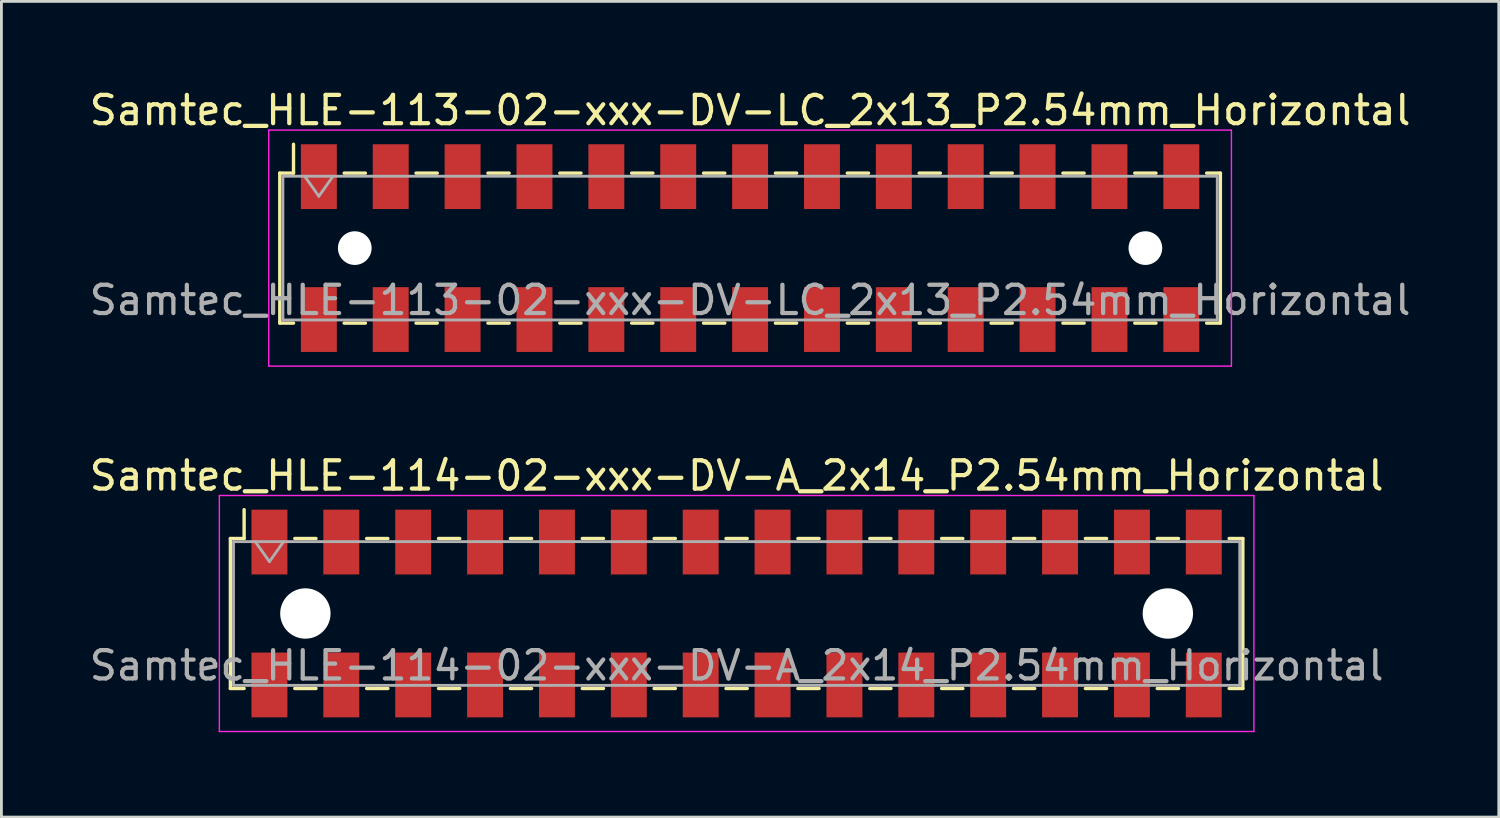
<source format=kicad_pcb>
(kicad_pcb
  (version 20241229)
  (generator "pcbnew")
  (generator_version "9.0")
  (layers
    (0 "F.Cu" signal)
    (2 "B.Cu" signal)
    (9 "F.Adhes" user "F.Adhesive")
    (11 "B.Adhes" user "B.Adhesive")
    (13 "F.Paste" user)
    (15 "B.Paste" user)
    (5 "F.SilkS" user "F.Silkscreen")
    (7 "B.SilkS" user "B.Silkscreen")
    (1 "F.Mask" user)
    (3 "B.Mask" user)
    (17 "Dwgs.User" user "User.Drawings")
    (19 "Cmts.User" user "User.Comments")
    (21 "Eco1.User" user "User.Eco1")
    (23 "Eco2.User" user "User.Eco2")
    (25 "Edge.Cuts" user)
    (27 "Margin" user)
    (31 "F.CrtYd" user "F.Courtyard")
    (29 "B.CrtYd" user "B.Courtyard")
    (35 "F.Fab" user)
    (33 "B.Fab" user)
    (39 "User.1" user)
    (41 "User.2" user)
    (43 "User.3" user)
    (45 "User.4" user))
  (footprint "Samtec_HLE-114-02-xxx-DV-A_2x14_P2.54mm_Horizontal"
    (layer "F.Cu")
    (at 22.982 18.631)
    (property "Reference" "Samtec_HLE-114-02-xxx-DV-A_2x14_P2.54mm_Horizontal" (at 0 -4.87 0) (layer "F.SilkS") (effects (font (size 1 1) (thickness 0.15))))
    (attr smd)
    (fp_line (start -17.89 -2.65) (end -17.89 2.65) (stroke (width 0.12) (type solid)) (layer "F.SilkS"))
    (fp_line (start -17.89 2.65) (end -17.405 2.65) (stroke (width 0.12) (type solid)) (layer "F.SilkS"))
    (fp_line (start -17.405 -3.67) (end -17.405 -2.65) (stroke (width 0.12) (type solid)) (layer "F.SilkS"))
    (fp_line (start -17.405 -2.65) (end -17.89 -2.65) (stroke (width 0.12) (type solid)) (layer "F.SilkS"))
    (fp_line (start -15.615 -2.65) (end -14.865 -2.65) (stroke (width 0.12) (type solid)) (layer "F.SilkS"))
    (fp_line (start -15.615 2.65) (end -14.865 2.65) (stroke (width 0.12) (type solid)) (layer "F.SilkS"))
    (fp_line (start -13.075 -2.65) (end -12.325 -2.65) (stroke (width 0.12) (type solid)) (layer "F.SilkS"))
    (fp_line (start -13.075 2.65) (end -12.325 2.65) (stroke (width 0.12) (type solid)) (layer "F.SilkS"))
    (fp_line (start -10.535 -2.65) (end -9.785 -2.65) (stroke (width 0.12) (type solid)) (layer "F.SilkS"))
    (fp_line (start -10.535 2.65) (end -9.785 2.65) (stroke (width 0.12) (type solid)) (layer "F.SilkS"))
    (fp_line (start -7.995 -2.65) (end -7.245 -2.65) (stroke (width 0.12) (type solid)) (layer "F.SilkS"))
    (fp_line (start -7.995 2.65) (end -7.245 2.65) (stroke (width 0.12) (type solid)) (layer "F.SilkS"))
    (fp_line (start -5.455 -2.65) (end -4.705 -2.65) (stroke (width 0.12) (type solid)) (layer "F.SilkS"))
    (fp_line (start -5.455 2.65) (end -4.705 2.65) (stroke (width 0.12) (type solid)) (layer "F.SilkS"))
    (fp_line (start -2.915 -2.65) (end -2.165 -2.65) (stroke (width 0.12) (type solid)) (layer "F.SilkS"))
    (fp_line (start -2.915 2.65) (end -2.165 2.65) (stroke (width 0.12) (type solid)) (layer "F.SilkS"))
    (fp_line (start -0.375 -2.65) (end 0.375 -2.65) (stroke (width 0.12) (type solid)) (layer "F.SilkS"))
    (fp_line (start -0.375 2.65) (end 0.375 2.65) (stroke (width 0.12) (type solid)) (layer "F.SilkS"))
    (fp_line (start 2.165 -2.65) (end 2.915 -2.65) (stroke (width 0.12) (type solid)) (layer "F.SilkS"))
    (fp_line (start 2.165 2.65) (end 2.915 2.65) (stroke (width 0.12) (type solid)) (layer "F.SilkS"))
    (fp_line (start 4.705 -2.65) (end 5.455 -2.65) (stroke (width 0.12) (type solid)) (layer "F.SilkS"))
    (fp_line (start 4.705 2.65) (end 5.455 2.65) (stroke (width 0.12) (type solid)) (layer "F.SilkS"))
    (fp_line (start 7.245 -2.65) (end 7.995 -2.65) (stroke (width 0.12) (type solid)) (layer "F.SilkS"))
    (fp_line (start 7.245 2.65) (end 7.995 2.65) (stroke (width 0.12) (type solid)) (layer "F.SilkS"))
    (fp_line (start 9.785 -2.65) (end 10.535 -2.65) (stroke (width 0.12) (type solid)) (layer "F.SilkS"))
    (fp_line (start 9.785 2.65) (end 10.535 2.65) (stroke (width 0.12) (type solid)) (layer "F.SilkS"))
    (fp_line (start 12.325 -2.65) (end 13.075 -2.65) (stroke (width 0.12) (type solid)) (layer "F.SilkS"))
    (fp_line (start 12.325 2.65) (end 13.075 2.65) (stroke (width 0.12) (type solid)) (layer "F.SilkS"))
    (fp_line (start 14.865 -2.65) (end 15.615 -2.65) (stroke (width 0.12) (type solid)) (layer "F.SilkS"))
    (fp_line (start 14.865 2.65) (end 15.615 2.65) (stroke (width 0.12) (type solid)) (layer "F.SilkS"))
    (fp_line (start 17.405 -2.65) (end 17.89 -2.65) (stroke (width 0.12) (type solid)) (layer "F.SilkS"))
    (fp_line (start 17.89 -2.65) (end 17.89 2.65) (stroke (width 0.12) (type solid)) (layer "F.SilkS"))
    (fp_line (start 17.89 2.65) (end 17.405 2.65) (stroke (width 0.12) (type solid)) (layer "F.SilkS"))
    (fp_line (start -18.28 -4.17) (end 18.28 -4.17) (stroke (width 0.05) (type solid)) (layer "F.CrtYd"))
    (fp_line (start -18.28 4.17) (end -18.28 -4.17) (stroke (width 0.05) (type solid)) (layer "F.CrtYd"))
    (fp_line (start 18.28 -4.17) (end 18.28 4.17) (stroke (width 0.05) (type solid)) (layer "F.CrtYd"))
    (fp_line (start 18.28 4.17) (end -18.28 4.17) (stroke (width 0.05) (type solid)) (layer "F.CrtYd"))
    (fp_line (start -17.78 -2.54) (end 17.78 -2.54) (stroke (width 0.1) (type solid)) (layer "F.Fab"))
    (fp_line (start -17.78 2.54) (end -17.78 -2.54) (stroke (width 0.1) (type solid)) (layer "F.Fab"))
    (fp_line (start -17.01 -2.54) (end -16.51 -1.833) (stroke (width 0.1) (type solid)) (layer "F.Fab"))
    (fp_line (start -16.51 -1.833) (end -16.01 -2.54) (stroke (width 0.1) (type solid)) (layer "F.Fab"))
    (fp_line (start 17.78 -2.54) (end 17.78 2.54) (stroke (width 0.1) (type solid)) (layer "F.Fab"))
    (fp_line (start 17.78 2.54) (end -17.78 2.54) (stroke (width 0.1) (type solid)) (layer "F.Fab"))
    (fp_text user "${REFERENCE}" (at 0 1.84 0) (layer "F.Fab") (effects (font (size 1 1) (thickness 0.15))))
    (pad "" np_thru_hole circle (at -15.24 0) (size 1.78 1.78) (drill 1.78) (layers "*.Cu" "*.Mask"))
    (pad "" np_thru_hole circle (at 15.24 0) (size 1.78 1.78) (drill 1.78) (layers "*.Cu" "*.Mask"))
    (pad "1" smd rect (at -16.51 -2.525) (size 1.27 2.29) (layers "F.Cu" "F.Mask" "F.Paste"))
    (pad "2" smd rect (at -16.51 2.525) (size 1.27 2.29) (layers "F.Cu" "F.Mask" "F.Paste"))
    (pad "3" smd rect (at -13.97 -2.525) (size 1.27 2.29) (layers "F.Cu" "F.Mask" "F.Paste"))
    (pad "4" smd rect (at -13.97 2.525) (size 1.27 2.29) (layers "F.Cu" "F.Mask" "F.Paste"))
    (pad "5" smd rect (at -11.43 -2.525) (size 1.27 2.29) (layers "F.Cu" "F.Mask" "F.Paste"))
    (pad "6" smd rect (at -11.43 2.525) (size 1.27 2.29) (layers "F.Cu" "F.Mask" "F.Paste"))
    (pad "7" smd rect (at -8.89 -2.525) (size 1.27 2.29) (layers "F.Cu" "F.Mask" "F.Paste"))
    (pad "8" smd rect (at -8.89 2.525) (size 1.27 2.29) (layers "F.Cu" "F.Mask" "F.Paste"))
    (pad "9" smd rect (at -6.35 -2.525) (size 1.27 2.29) (layers "F.Cu" "F.Mask" "F.Paste"))
    (pad "10" smd rect (at -6.35 2.525) (size 1.27 2.29) (layers "F.Cu" "F.Mask" "F.Paste"))
    (pad "11" smd rect (at -3.81 -2.525) (size 1.27 2.29) (layers "F.Cu" "F.Mask" "F.Paste"))
    (pad "12" smd rect (at -3.81 2.525) (size 1.27 2.29) (layers "F.Cu" "F.Mask" "F.Paste"))
    (pad "13" smd rect (at -1.27 -2.525) (size 1.27 2.29) (layers "F.Cu" "F.Mask" "F.Paste"))
    (pad "14" smd rect (at -1.27 2.525) (size 1.27 2.29) (layers "F.Cu" "F.Mask" "F.Paste"))
    (pad "15" smd rect (at 1.27 -2.525) (size 1.27 2.29) (layers "F.Cu" "F.Mask" "F.Paste"))
    (pad "16" smd rect (at 1.27 2.525) (size 1.27 2.29) (layers "F.Cu" "F.Mask" "F.Paste"))
    (pad "17" smd rect (at 3.81 -2.525) (size 1.27 2.29) (layers "F.Cu" "F.Mask" "F.Paste"))
    (pad "18" smd rect (at 3.81 2.525) (size 1.27 2.29) (layers "F.Cu" "F.Mask" "F.Paste"))
    (pad "19" smd rect (at 6.35 -2.525) (size 1.27 2.29) (layers "F.Cu" "F.Mask" "F.Paste"))
    (pad "20" smd rect (at 6.35 2.525) (size 1.27 2.29) (layers "F.Cu" "F.Mask" "F.Paste"))
    (pad "21" smd rect (at 8.89 -2.525) (size 1.27 2.29) (layers "F.Cu" "F.Mask" "F.Paste"))
    (pad "22" smd rect (at 8.89 2.525) (size 1.27 2.29) (layers "F.Cu" "F.Mask" "F.Paste"))
    (pad "23" smd rect (at 11.43 -2.525) (size 1.27 2.29) (layers "F.Cu" "F.Mask" "F.Paste"))
    (pad "24" smd rect (at 11.43 2.525) (size 1.27 2.29) (layers "F.Cu" "F.Mask" "F.Paste"))
    (pad "25" smd rect (at 13.97 -2.525) (size 1.27 2.29) (layers "F.Cu" "F.Mask" "F.Paste"))
    (pad "26" smd rect (at 13.97 2.525) (size 1.27 2.29) (layers "F.Cu" "F.Mask" "F.Paste"))
    (pad "27" smd rect (at 16.51 -2.525) (size 1.27 2.29) (layers "F.Cu" "F.Mask" "F.Paste"))
    (pad "28" smd rect (at 16.51 2.525) (size 1.27 2.29) (layers "F.Cu" "F.Mask" "F.Paste")))
  (footprint "Samtec_HLE-113-02-xxx-DV-LC_2x13_P2.54mm_Horizontal"
    (layer "F.Cu")
    (at 23.458 5.718)
    (property "Reference" "Samtec_HLE-113-02-xxx-DV-LC_2x13_P2.54mm_Horizontal" (at 0 -4.87 0) (layer "F.SilkS") (effects (font (size 1 1) (thickness 0.15))))
    (attr smd)
    (fp_line (start -16.62 -2.65) (end -16.62 2.65) (stroke (width 0.12) (type solid)) (layer "F.SilkS"))
    (fp_line (start -16.62 2.65) (end -16.135 2.65) (stroke (width 0.12) (type solid)) (layer "F.SilkS"))
    (fp_line (start -16.135 -3.67) (end -16.135 -2.65) (stroke (width 0.12) (type solid)) (layer "F.SilkS"))
    (fp_line (start -16.135 -2.65) (end -16.62 -2.65) (stroke (width 0.12) (type solid)) (layer "F.SilkS"))
    (fp_line (start -14.345 -2.65) (end -13.595 -2.65) (stroke (width 0.12) (type solid)) (layer "F.SilkS"))
    (fp_line (start -14.345 2.65) (end -13.595 2.65) (stroke (width 0.12) (type solid)) (layer "F.SilkS"))
    (fp_line (start -11.805 -2.65) (end -11.055 -2.65) (stroke (width 0.12) (type solid)) (layer "F.SilkS"))
    (fp_line (start -11.805 2.65) (end -11.055 2.65) (stroke (width 0.12) (type solid)) (layer "F.SilkS"))
    (fp_line (start -9.265 -2.65) (end -8.515 -2.65) (stroke (width 0.12) (type solid)) (layer "F.SilkS"))
    (fp_line (start -9.265 2.65) (end -8.515 2.65) (stroke (width 0.12) (type solid)) (layer "F.SilkS"))
    (fp_line (start -6.725 -2.65) (end -5.975 -2.65) (stroke (width 0.12) (type solid)) (layer "F.SilkS"))
    (fp_line (start -6.725 2.65) (end -5.975 2.65) (stroke (width 0.12) (type solid)) (layer "F.SilkS"))
    (fp_line (start -4.185 -2.65) (end -3.435 -2.65) (stroke (width 0.12) (type solid)) (layer "F.SilkS"))
    (fp_line (start -4.185 2.65) (end -3.435 2.65) (stroke (width 0.12) (type solid)) (layer "F.SilkS"))
    (fp_line (start -1.645 -2.65) (end -0.895 -2.65) (stroke (width 0.12) (type solid)) (layer "F.SilkS"))
    (fp_line (start -1.645 2.65) (end -0.895 2.65) (stroke (width 0.12) (type solid)) (layer "F.SilkS"))
    (fp_line (start 0.895 -2.65) (end 1.645 -2.65) (stroke (width 0.12) (type solid)) (layer "F.SilkS"))
    (fp_line (start 0.895 2.65) (end 1.645 2.65) (stroke (width 0.12) (type solid)) (layer "F.SilkS"))
    (fp_line (start 3.435 -2.65) (end 4.185 -2.65) (stroke (width 0.12) (type solid)) (layer "F.SilkS"))
    (fp_line (start 3.435 2.65) (end 4.185 2.65) (stroke (width 0.12) (type solid)) (layer "F.SilkS"))
    (fp_line (start 5.975 -2.65) (end 6.725 -2.65) (stroke (width 0.12) (type solid)) (layer "F.SilkS"))
    (fp_line (start 5.975 2.65) (end 6.725 2.65) (stroke (width 0.12) (type solid)) (layer "F.SilkS"))
    (fp_line (start 8.515 -2.65) (end 9.265 -2.65) (stroke (width 0.12) (type solid)) (layer "F.SilkS"))
    (fp_line (start 8.515 2.65) (end 9.265 2.65) (stroke (width 0.12) (type solid)) (layer "F.SilkS"))
    (fp_line (start 11.055 -2.65) (end 11.805 -2.65) (stroke (width 0.12) (type solid)) (layer "F.SilkS"))
    (fp_line (start 11.055 2.65) (end 11.805 2.65) (stroke (width 0.12) (type solid)) (layer "F.SilkS"))
    (fp_line (start 13.595 -2.65) (end 14.345 -2.65) (stroke (width 0.12) (type solid)) (layer "F.SilkS"))
    (fp_line (start 13.595 2.65) (end 14.345 2.65) (stroke (width 0.12) (type solid)) (layer "F.SilkS"))
    (fp_line (start 16.135 -2.65) (end 16.62 -2.65) (stroke (width 0.12) (type solid)) (layer "F.SilkS"))
    (fp_line (start 16.62 -2.65) (end 16.62 2.65) (stroke (width 0.12) (type solid)) (layer "F.SilkS"))
    (fp_line (start 16.62 2.65) (end 16.135 2.65) (stroke (width 0.12) (type solid)) (layer "F.SilkS"))
    (fp_line (start -17.01 -4.17) (end 17.01 -4.17) (stroke (width 0.05) (type solid)) (layer "F.CrtYd"))
    (fp_line (start -17.01 4.17) (end -17.01 -4.17) (stroke (width 0.05) (type solid)) (layer "F.CrtYd"))
    (fp_line (start 17.01 -4.17) (end 17.01 4.17) (stroke (width 0.05) (type solid)) (layer "F.CrtYd"))
    (fp_line (start 17.01 4.17) (end -17.01 4.17) (stroke (width 0.05) (type solid)) (layer "F.CrtYd"))
    (fp_line (start -16.51 -2.54) (end 16.51 -2.54) (stroke (width 0.1) (type solid)) (layer "F.Fab"))
    (fp_line (start -16.51 2.54) (end -16.51 -2.54) (stroke (width 0.1) (type solid)) (layer "F.Fab"))
    (fp_line (start -15.74 -2.54) (end -15.24 -1.833) (stroke (width 0.1) (type solid)) (layer "F.Fab"))
    (fp_line (start -15.24 -1.833) (end -14.74 -2.54) (stroke (width 0.1) (type solid)) (layer "F.Fab"))
    (fp_line (start 16.51 -2.54) (end 16.51 2.54) (stroke (width 0.1) (type solid)) (layer "F.Fab"))
    (fp_line (start 16.51 2.54) (end -16.51 2.54) (stroke (width 0.1) (type solid)) (layer "F.Fab"))
    (fp_text user "${REFERENCE}" (at 0 1.84 0) (layer "F.Fab") (effects (font (size 1 1) (thickness 0.15))))
    (pad "" np_thru_hole circle (at -13.97 0) (size 1.19 1.19) (drill 1.19) (layers "*.Cu" "*.Mask"))
    (pad "" np_thru_hole circle (at 13.97 0) (size 1.19 1.19) (drill 1.19) (layers "*.Cu" "*.Mask"))
    (pad "1" smd rect (at -15.24 -2.525) (size 1.27 2.29) (layers "F.Cu" "F.Mask" "F.Paste"))
    (pad "2" smd rect (at -15.24 2.525) (size 1.27 2.29) (layers "F.Cu" "F.Mask" "F.Paste"))
    (pad "3" smd rect (at -12.7 -2.525) (size 1.27 2.29) (layers "F.Cu" "F.Mask" "F.Paste"))
    (pad "4" smd rect (at -12.7 2.525) (size 1.27 2.29) (layers "F.Cu" "F.Mask" "F.Paste"))
    (pad "5" smd rect (at -10.16 -2.525) (size 1.27 2.29) (layers "F.Cu" "F.Mask" "F.Paste"))
    (pad "6" smd rect (at -10.16 2.525) (size 1.27 2.29) (layers "F.Cu" "F.Mask" "F.Paste"))
    (pad "7" smd rect (at -7.62 -2.525) (size 1.27 2.29) (layers "F.Cu" "F.Mask" "F.Paste"))
    (pad "8" smd rect (at -7.62 2.525) (size 1.27 2.29) (layers "F.Cu" "F.Mask" "F.Paste"))
    (pad "9" smd rect (at -5.08 -2.525) (size 1.27 2.29) (layers "F.Cu" "F.Mask" "F.Paste"))
    (pad "10" smd rect (at -5.08 2.525) (size 1.27 2.29) (layers "F.Cu" "F.Mask" "F.Paste"))
    (pad "11" smd rect (at -2.54 -2.525) (size 1.27 2.29) (layers "F.Cu" "F.Mask" "F.Paste"))
    (pad "12" smd rect (at -2.54 2.525) (size 1.27 2.29) (layers "F.Cu" "F.Mask" "F.Paste"))
    (pad "13" smd rect (at 0 -2.525) (size 1.27 2.29) (layers "F.Cu" "F.Mask" "F.Paste"))
    (pad "14" smd rect (at 0 2.525) (size 1.27 2.29) (layers "F.Cu" "F.Mask" "F.Paste"))
    (pad "15" smd rect (at 2.54 -2.525) (size 1.27 2.29) (layers "F.Cu" "F.Mask" "F.Paste"))
    (pad "16" smd rect (at 2.54 2.525) (size 1.27 2.29) (layers "F.Cu" "F.Mask" "F.Paste"))
    (pad "17" smd rect (at 5.08 -2.525) (size 1.27 2.29) (layers "F.Cu" "F.Mask" "F.Paste"))
    (pad "18" smd rect (at 5.08 2.525) (size 1.27 2.29) (layers "F.Cu" "F.Mask" "F.Paste"))
    (pad "19" smd rect (at 7.62 -2.525) (size 1.27 2.29) (layers "F.Cu" "F.Mask" "F.Paste"))
    (pad "20" smd rect (at 7.62 2.525) (size 1.27 2.29) (layers "F.Cu" "F.Mask" "F.Paste"))
    (pad "21" smd rect (at 10.16 -2.525) (size 1.27 2.29) (layers "F.Cu" "F.Mask" "F.Paste"))
    (pad "22" smd rect (at 10.16 2.525) (size 1.27 2.29) (layers "F.Cu" "F.Mask" "F.Paste"))
    (pad "23" smd rect (at 12.7 -2.525) (size 1.27 2.29) (layers "F.Cu" "F.Mask" "F.Paste"))
    (pad "24" smd rect (at 12.7 2.525) (size 1.27 2.29) (layers "F.Cu" "F.Mask" "F.Paste"))
    (pad "25" smd rect (at 15.24 -2.525) (size 1.27 2.29) (layers "F.Cu" "F.Mask" "F.Paste"))
    (pad "26" smd rect (at 15.24 2.525) (size 1.27 2.29) (layers "F.Cu" "F.Mask" "F.Paste")))
  (gr_rect
    (start -3 -3)
    (end 49.917 25.826)
    (stroke (width 0.1) (type default))
    (fill no)
    (layer "Edge.Cuts")))
</source>
